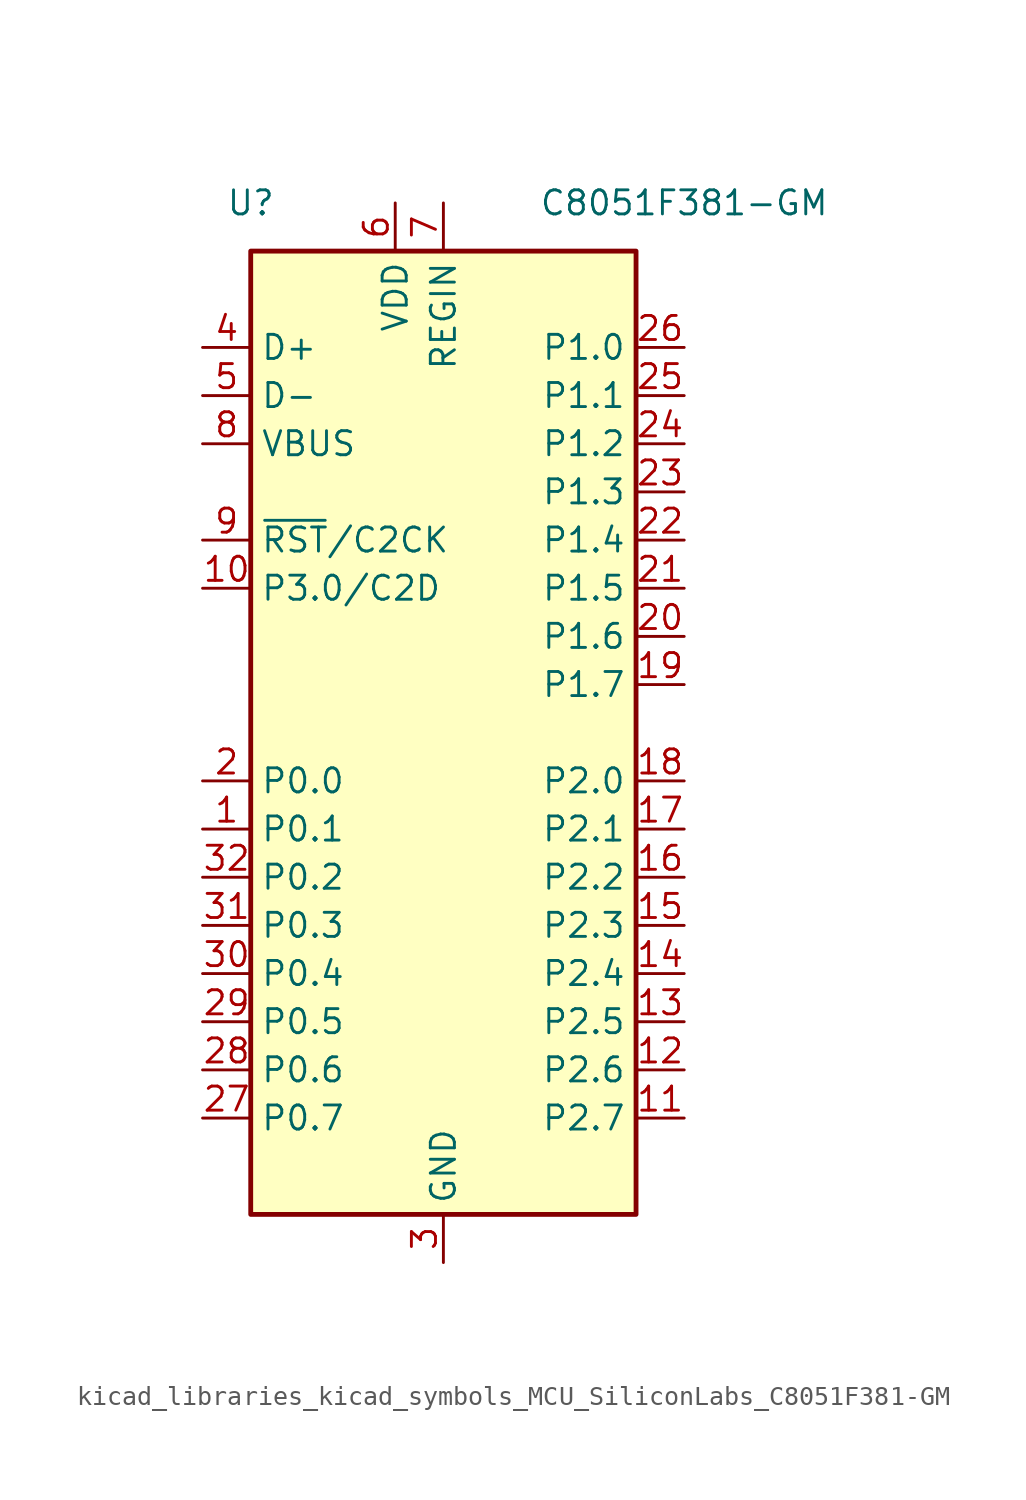
<source format=kicad_sym>
(kicad_symbol_lib
  (version 20220914)
  (generator kicad_symbol_editor)
  (symbol "kicad_libraries_kicad_symbols_MCU_SiliconLabs_C8051F381-GM"
    (property "Reference" "U"
      (at -10.16 27.94 0)
      (effects (font (size 1.27 1.27))))
    (property "Value" "C8051F381-GM"
      (at 12.7 27.94 0)
      (effects (font (size 1.27 1.27))))
    (symbol "kicad_libraries_kicad_symbols_MCU_SiliconLabs_C8051F381-GM_0_1"
      (rectangle (start -10.16 25.4) (end 10.16 -25.4) (stroke (width 0.254) (type default)) (fill (type background))))
    (symbol "kicad_libraries_kicad_symbols_MCU_SiliconLabs_C8051F381-GM_1_1"
      (pin bidirectional line (at -12.7 -5.08 0) (length 2.54) (name "P0.1" (effects (font (size 1.27 1.27)))) (number "1" (effects (font (size 1.27 1.27)))))
      (pin bidirectional line (at -12.7 7.62 0) (length 2.54) (name "P3.0/C2D" (effects (font (size 1.27 1.27)))) (number "10" (effects (font (size 1.27 1.27)))))
      (pin bidirectional line (at 12.7 -20.32 180) (length 2.54) (name "P2.7" (effects (font (size 1.27 1.27)))) (number "11" (effects (font (size 1.27 1.27)))))
      (pin bidirectional line (at 12.7 -17.78 180) (length 2.54) (name "P2.6" (effects (font (size 1.27 1.27)))) (number "12" (effects (font (size 1.27 1.27)))))
      (pin bidirectional line (at 12.7 -15.24 180) (length 2.54) (name "P2.5" (effects (font (size 1.27 1.27)))) (number "13" (effects (font (size 1.27 1.27)))))
      (pin bidirectional line (at 12.7 -12.7 180) (length 2.54) (name "P2.4" (effects (font (size 1.27 1.27)))) (number "14" (effects (font (size 1.27 1.27)))))
      (pin bidirectional line (at 12.7 -10.16 180) (length 2.54) (name "P2.3" (effects (font (size 1.27 1.27)))) (number "15" (effects (font (size 1.27 1.27)))))
      (pin bidirectional line (at 12.7 -7.62 180) (length 2.54) (name "P2.2" (effects (font (size 1.27 1.27)))) (number "16" (effects (font (size 1.27 1.27)))))
      (pin bidirectional line (at 12.7 -5.08 180) (length 2.54) (name "P2.1" (effects (font (size 1.27 1.27)))) (number "17" (effects (font (size 1.27 1.27)))))
      (pin bidirectional line (at 12.7 -2.54 180) (length 2.54) (name "P2.0" (effects (font (size 1.27 1.27)))) (number "18" (effects (font (size 1.27 1.27)))))
      (pin bidirectional line (at 12.7 2.54 180) (length 2.54) (name "P1.7" (effects (font (size 1.27 1.27)))) (number "19" (effects (font (size 1.27 1.27)))))
      (pin bidirectional line (at -12.7 -2.54 0) (length 2.54) (name "P0.0" (effects (font (size 1.27 1.27)))) (number "2" (effects (font (size 1.27 1.27)))))
      (pin bidirectional line (at 12.7 5.08 180) (length 2.54) (name "P1.6" (effects (font (size 1.27 1.27)))) (number "20" (effects (font (size 1.27 1.27)))))
      (pin bidirectional line (at 12.7 7.62 180) (length 2.54) (name "P1.5" (effects (font (size 1.27 1.27)))) (number "21" (effects (font (size 1.27 1.27)))))
      (pin bidirectional line (at 12.7 10.16 180) (length 2.54) (name "P1.4" (effects (font (size 1.27 1.27)))) (number "22" (effects (font (size 1.27 1.27)))))
      (pin bidirectional line (at 12.7 12.7 180) (length 2.54) (name "P1.3" (effects (font (size 1.27 1.27)))) (number "23" (effects (font (size 1.27 1.27)))))
      (pin bidirectional line (at 12.7 15.24 180) (length 2.54) (name "P1.2" (effects (font (size 1.27 1.27)))) (number "24" (effects (font (size 1.27 1.27)))))
      (pin bidirectional line (at 12.7 17.78 180) (length 2.54) (name "P1.1" (effects (font (size 1.27 1.27)))) (number "25" (effects (font (size 1.27 1.27)))))
      (pin bidirectional line (at 12.7 20.32 180) (length 2.54) (name "P1.0" (effects (font (size 1.27 1.27)))) (number "26" (effects (font (size 1.27 1.27)))))
      (pin bidirectional line (at -12.7 -20.32 0) (length 2.54) (name "P0.7" (effects (font (size 1.27 1.27)))) (number "27" (effects (font (size 1.27 1.27)))))
      (pin bidirectional line (at -12.7 -17.78 0) (length 2.54) (name "P0.6" (effects (font (size 1.27 1.27)))) (number "28" (effects (font (size 1.27 1.27)))))
      (pin bidirectional line (at -12.7 -15.24 0) (length 2.54) (name "P0.5" (effects (font (size 1.27 1.27)))) (number "29" (effects (font (size 1.27 1.27)))))
      (pin power_in line (at 0 -27.94 90) (length 2.54) (name "GND" (effects (font (size 1.27 1.27)))) (number "3" (effects (font (size 1.27 1.27)))))
      (pin bidirectional line (at -12.7 -12.7 0) (length 2.54) (name "P0.4" (effects (font (size 1.27 1.27)))) (number "30" (effects (font (size 1.27 1.27)))))
      (pin bidirectional line (at -12.7 -10.16 0) (length 2.54) (name "P0.3" (effects (font (size 1.27 1.27)))) (number "31" (effects (font (size 1.27 1.27)))))
      (pin bidirectional line (at -12.7 -7.62 0) (length 2.54) (name "P0.2" (effects (font (size 1.27 1.27)))) (number "32" (effects (font (size 1.27 1.27)))))
      (pin passive line (at 0 -27.94 90) (length 2.54) hide (name "GND" (effects (font (size 1.27 1.27)))) (number "33" (effects (font (size 1.27 1.27)))))
      (pin bidirectional line (at -12.7 20.32 0) (length 2.54) (name "D+" (effects (font (size 1.27 1.27)))) (number "4" (effects (font (size 1.27 1.27)))))
      (pin bidirectional line (at -12.7 17.78 0) (length 2.54) (name "D-" (effects (font (size 1.27 1.27)))) (number "5" (effects (font (size 1.27 1.27)))))
      (pin power_in line (at -2.54 27.94 270) (length 2.54) (name "VDD" (effects (font (size 1.27 1.27)))) (number "6" (effects (font (size 1.27 1.27)))))
      (pin power_in line (at 0 27.94 270) (length 2.54) (name "REGIN" (effects (font (size 1.27 1.27)))) (number "7" (effects (font (size 1.27 1.27)))))
      (pin input line (at -12.7 15.24 0) (length 2.54) (name "VBUS" (effects (font (size 1.27 1.27)))) (number "8" (effects (font (size 1.27 1.27)))))
      (pin input line (at -12.7 10.16 0) (length 2.54) (name "~{RST}/C2CK" (effects (font (size 1.27 1.27)))) (number "9" (effects (font (size 1.27 1.27))))))))
</source>
